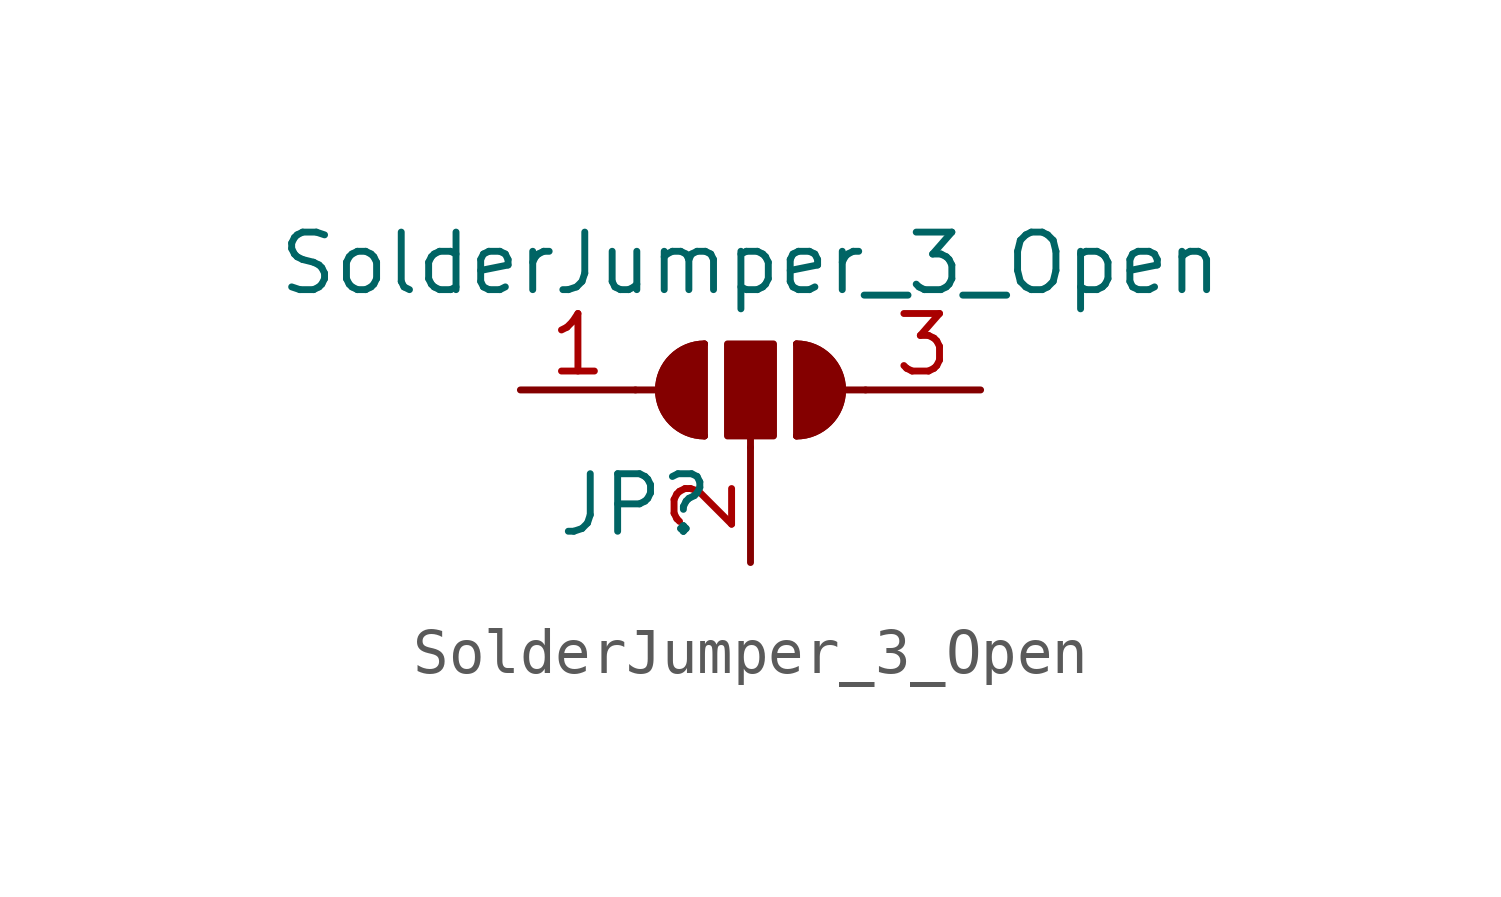
<source format=kicad_sym>
(kicad_symbol_lib
  (version 20241209)
  (generator "kicad_symbol_editor")
  (generator_version "9.0")
  (symbol "SolderJumper_3_Open"
    (pin_names
      (offset 0)
      (hide yes))
    (property "Reference" "JP"
      (at -2.54 -2.54 0)
      (effects (font (size 1.27 1.27))))
    (property "Value" "SolderJumper_3_Open"
      (at 0 2.794 0)
      (effects (font (size 1.27 1.27))))
    (symbol "SolderJumper_3_Open_0_1"
      (polyline (pts (xy -2.54 0) (xy -2.032 0)) (stroke (width 0) (type default)) (fill (type none)))
      (polyline (pts (xy -1.016 1.016) (xy -1.016 -1.016)) (stroke (width 0) (type default)) (fill (type none)))
      (arc (start -1.016 -1.016) (mid -2.0276 0) (end -1.016 1.016) (stroke (width 0) (type default)) (fill (type none)))
      (arc (start -1.016 -1.016) (mid -2.0276 0) (end -1.016 1.016) (stroke (width 0) (type default)) (fill (type outline)))
      (rectangle (start -0.508 1.016) (end 0.508 -1.016) (stroke (width 0) (type default)) (fill (type outline)))
      (polyline (pts (xy 0 -1.27) (xy 0 -1.016)) (stroke (width 0) (type default)) (fill (type none)))
      (arc (start 1.016 1.016) (mid 2.0276 0) (end 1.016 -1.016) (stroke (width 0) (type default)) (fill (type none)))
      (arc (start 1.016 1.016) (mid 2.0276 0) (end 1.016 -1.016) (stroke (width 0) (type default)) (fill (type outline)))
      (polyline (pts (xy 1.016 1.016) (xy 1.016 -1.016)) (stroke (width 0) (type default)) (fill (type none)))
      (polyline (pts (xy 2.54 0) (xy 2.032 0)) (stroke (width 0) (type default)) (fill (type none))))
    (symbol "SolderJumper_3_Open_1_1"
      (pin passive line (at -5.08 0 0) (length 2.54) (name "A" (effects (font (size 1.27 1.27)))) (number "1" (effects (font (size 1.27 1.27)))))
      (pin passive line (at 0 -3.81 90) (length 2.54) (name "C" (effects (font (size 1.27 1.27)))) (number "2" (effects (font (size 1.27 1.27)))))
      (pin passive line (at 5.08 0 180) (length 2.54) (name "B" (effects (font (size 1.27 1.27)))) (number "3" (effects (font (size 1.27 1.27))))))))
</source>
